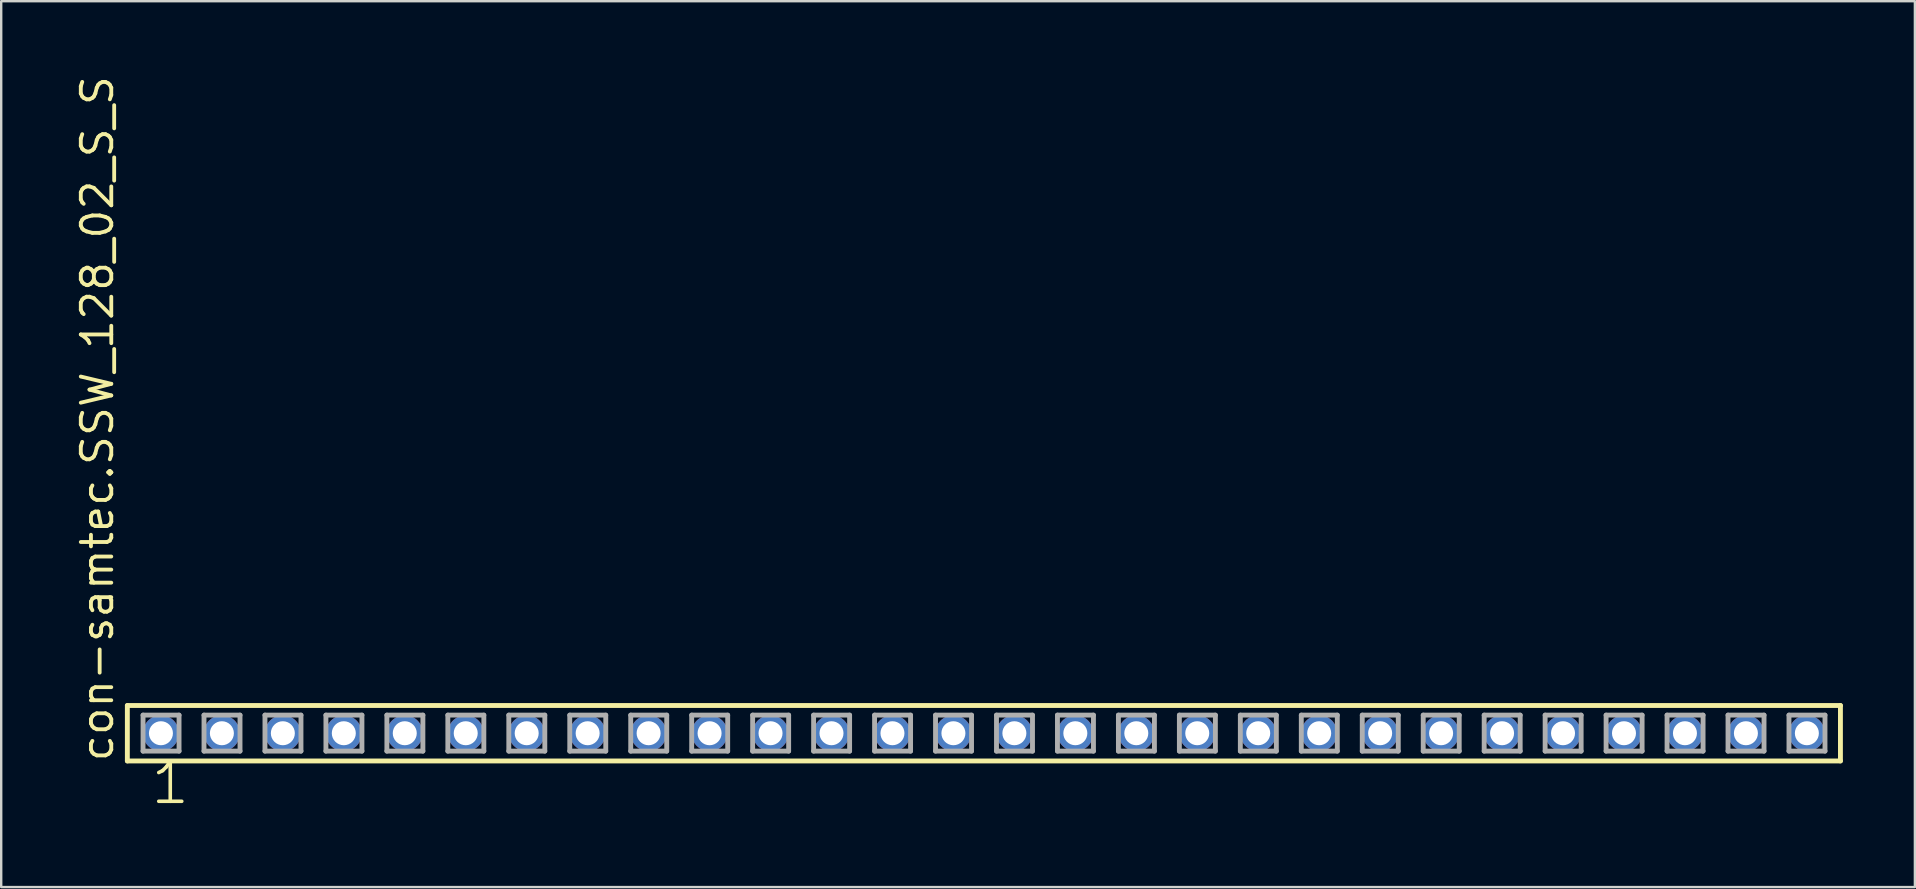
<source format=kicad_pcb>
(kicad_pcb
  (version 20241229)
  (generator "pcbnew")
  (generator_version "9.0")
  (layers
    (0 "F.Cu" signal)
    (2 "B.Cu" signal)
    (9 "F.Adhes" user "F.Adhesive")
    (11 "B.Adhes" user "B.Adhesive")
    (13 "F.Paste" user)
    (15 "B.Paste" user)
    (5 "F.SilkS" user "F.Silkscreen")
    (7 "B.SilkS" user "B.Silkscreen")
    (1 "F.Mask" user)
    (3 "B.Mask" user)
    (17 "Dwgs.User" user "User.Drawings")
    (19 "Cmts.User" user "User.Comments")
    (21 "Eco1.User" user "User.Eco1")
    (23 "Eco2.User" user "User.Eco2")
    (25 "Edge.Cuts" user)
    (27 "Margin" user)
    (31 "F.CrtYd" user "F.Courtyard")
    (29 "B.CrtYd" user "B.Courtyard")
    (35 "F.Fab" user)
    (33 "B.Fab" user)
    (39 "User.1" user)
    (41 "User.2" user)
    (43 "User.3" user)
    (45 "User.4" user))
  (footprint "con-samtec.SSW_128_02_S_S"
    (layer "F.Cu")
    (at 37.945 27.501)
    (property "Reference" "con-samtec.SSW_128_02_S_S" (at -36.195 1.27 90) (layer "F.SilkS") (effects (font (size 1.27 1.27) (thickness 0.16)) (justify left bottom)))
    (attr through_hole)
    (fp_line (start -35.689 -1.155) (end 35.689 -1.155) (stroke (width 0.203) (type default)) (layer "F.SilkS"))
    (fp_line (start -35.689 1.155) (end -35.689 -1.155) (stroke (width 0.203) (type default)) (layer "F.SilkS"))
    (fp_line (start 35.689 -1.155) (end 35.689 1.155) (stroke (width 0.203) (type default)) (layer "F.SilkS"))
    (fp_line (start 35.689 1.155) (end -35.689 1.155) (stroke (width 0.203) (type default)) (layer "F.SilkS"))
    (fp_line (start -35.035 -0.755) (end -33.535 -0.755) (stroke (width 0.203) (type default)) (layer "F.Fab"))
    (fp_line (start -35.035 0.745) (end -35.035 -0.755) (stroke (width 0.203) (type default)) (layer "F.Fab"))
    (fp_line (start -33.535 -0.755) (end -33.535 0.745) (stroke (width 0.203) (type default)) (layer "F.Fab"))
    (fp_line (start -33.535 0.745) (end -35.035 0.745) (stroke (width 0.203) (type default)) (layer "F.Fab"))
    (fp_line (start -32.495 -0.755) (end -30.995 -0.755) (stroke (width 0.203) (type default)) (layer "F.Fab"))
    (fp_line (start -32.495 0.745) (end -32.495 -0.755) (stroke (width 0.203) (type default)) (layer "F.Fab"))
    (fp_line (start -30.995 -0.755) (end -30.995 0.745) (stroke (width 0.203) (type default)) (layer "F.Fab"))
    (fp_line (start -30.995 0.745) (end -32.495 0.745) (stroke (width 0.203) (type default)) (layer "F.Fab"))
    (fp_line (start -29.955 -0.755) (end -28.455 -0.755) (stroke (width 0.203) (type default)) (layer "F.Fab"))
    (fp_line (start -29.955 0.745) (end -29.955 -0.755) (stroke (width 0.203) (type default)) (layer "F.Fab"))
    (fp_line (start -28.455 -0.755) (end -28.455 0.745) (stroke (width 0.203) (type default)) (layer "F.Fab"))
    (fp_line (start -28.455 0.745) (end -29.955 0.745) (stroke (width 0.203) (type default)) (layer "F.Fab"))
    (fp_line (start -27.415 -0.755) (end -25.915 -0.755) (stroke (width 0.203) (type default)) (layer "F.Fab"))
    (fp_line (start -27.415 0.745) (end -27.415 -0.755) (stroke (width 0.203) (type default)) (layer "F.Fab"))
    (fp_line (start -25.915 -0.755) (end -25.915 0.745) (stroke (width 0.203) (type default)) (layer "F.Fab"))
    (fp_line (start -25.915 0.745) (end -27.415 0.745) (stroke (width 0.203) (type default)) (layer "F.Fab"))
    (fp_line (start -24.875 -0.755) (end -23.375 -0.755) (stroke (width 0.203) (type default)) (layer "F.Fab"))
    (fp_line (start -24.875 0.745) (end -24.875 -0.755) (stroke (width 0.203) (type default)) (layer "F.Fab"))
    (fp_line (start -23.375 -0.755) (end -23.375 0.745) (stroke (width 0.203) (type default)) (layer "F.Fab"))
    (fp_line (start -23.375 0.745) (end -24.875 0.745) (stroke (width 0.203) (type default)) (layer "F.Fab"))
    (fp_line (start -22.335 -0.755) (end -20.835 -0.755) (stroke (width 0.203) (type default)) (layer "F.Fab"))
    (fp_line (start -22.335 0.745) (end -22.335 -0.755) (stroke (width 0.203) (type default)) (layer "F.Fab"))
    (fp_line (start -20.835 -0.755) (end -20.835 0.745) (stroke (width 0.203) (type default)) (layer "F.Fab"))
    (fp_line (start -20.835 0.745) (end -22.335 0.745) (stroke (width 0.203) (type default)) (layer "F.Fab"))
    (fp_line (start -19.795 -0.755) (end -18.295 -0.755) (stroke (width 0.203) (type default)) (layer "F.Fab"))
    (fp_line (start -19.795 0.745) (end -19.795 -0.755) (stroke (width 0.203) (type default)) (layer "F.Fab"))
    (fp_line (start -18.295 -0.755) (end -18.295 0.745) (stroke (width 0.203) (type default)) (layer "F.Fab"))
    (fp_line (start -18.295 0.745) (end -19.795 0.745) (stroke (width 0.203) (type default)) (layer "F.Fab"))
    (fp_line (start -17.255 -0.755) (end -15.755 -0.755) (stroke (width 0.203) (type default)) (layer "F.Fab"))
    (fp_line (start -17.255 0.745) (end -17.255 -0.755) (stroke (width 0.203) (type default)) (layer "F.Fab"))
    (fp_line (start -15.755 -0.755) (end -15.755 0.745) (stroke (width 0.203) (type default)) (layer "F.Fab"))
    (fp_line (start -15.755 0.745) (end -17.255 0.745) (stroke (width 0.203) (type default)) (layer "F.Fab"))
    (fp_line (start -14.715 -0.755) (end -13.215 -0.755) (stroke (width 0.203) (type default)) (layer "F.Fab"))
    (fp_line (start -14.715 0.745) (end -14.715 -0.755) (stroke (width 0.203) (type default)) (layer "F.Fab"))
    (fp_line (start -13.215 -0.755) (end -13.215 0.745) (stroke (width 0.203) (type default)) (layer "F.Fab"))
    (fp_line (start -13.215 0.745) (end -14.715 0.745) (stroke (width 0.203) (type default)) (layer "F.Fab"))
    (fp_line (start -12.175 -0.755) (end -10.675 -0.755) (stroke (width 0.203) (type default)) (layer "F.Fab"))
    (fp_line (start -12.175 0.745) (end -12.175 -0.755) (stroke (width 0.203) (type default)) (layer "F.Fab"))
    (fp_line (start -10.675 -0.755) (end -10.675 0.745) (stroke (width 0.203) (type default)) (layer "F.Fab"))
    (fp_line (start -10.675 0.745) (end -12.175 0.745) (stroke (width 0.203) (type default)) (layer "F.Fab"))
    (fp_line (start -9.635 -0.755) (end -8.135 -0.755) (stroke (width 0.203) (type default)) (layer "F.Fab"))
    (fp_line (start -9.635 0.745) (end -9.635 -0.755) (stroke (width 0.203) (type default)) (layer "F.Fab"))
    (fp_line (start -8.135 -0.755) (end -8.135 0.745) (stroke (width 0.203) (type default)) (layer "F.Fab"))
    (fp_line (start -8.135 0.745) (end -9.635 0.745) (stroke (width 0.203) (type default)) (layer "F.Fab"))
    (fp_line (start -7.095 -0.755) (end -5.595 -0.755) (stroke (width 0.203) (type default)) (layer "F.Fab"))
    (fp_line (start -7.095 0.745) (end -7.095 -0.755) (stroke (width 0.203) (type default)) (layer "F.Fab"))
    (fp_line (start -5.595 -0.755) (end -5.595 0.745) (stroke (width 0.203) (type default)) (layer "F.Fab"))
    (fp_line (start -5.595 0.745) (end -7.095 0.745) (stroke (width 0.203) (type default)) (layer "F.Fab"))
    (fp_line (start -4.555 -0.755) (end -3.055 -0.755) (stroke (width 0.203) (type default)) (layer "F.Fab"))
    (fp_line (start -4.555 0.745) (end -4.555 -0.755) (stroke (width 0.203) (type default)) (layer "F.Fab"))
    (fp_line (start -3.055 -0.755) (end -3.055 0.745) (stroke (width 0.203) (type default)) (layer "F.Fab"))
    (fp_line (start -3.055 0.745) (end -4.555 0.745) (stroke (width 0.203) (type default)) (layer "F.Fab"))
    (fp_line (start -2.015 -0.755) (end -0.515 -0.755) (stroke (width 0.203) (type default)) (layer "F.Fab"))
    (fp_line (start -2.015 0.745) (end -2.015 -0.755) (stroke (width 0.203) (type default)) (layer "F.Fab"))
    (fp_line (start -0.515 -0.755) (end -0.515 0.745) (stroke (width 0.203) (type default)) (layer "F.Fab"))
    (fp_line (start -0.515 0.745) (end -2.015 0.745) (stroke (width 0.203) (type default)) (layer "F.Fab"))
    (fp_line (start 0.525 -0.755) (end 2.025 -0.755) (stroke (width 0.203) (type default)) (layer "F.Fab"))
    (fp_line (start 0.525 0.745) (end 0.525 -0.755) (stroke (width 0.203) (type default)) (layer "F.Fab"))
    (fp_line (start 2.025 -0.755) (end 2.025 0.745) (stroke (width 0.203) (type default)) (layer "F.Fab"))
    (fp_line (start 2.025 0.745) (end 0.525 0.745) (stroke (width 0.203) (type default)) (layer "F.Fab"))
    (fp_line (start 3.065 -0.755) (end 4.565 -0.755) (stroke (width 0.203) (type default)) (layer "F.Fab"))
    (fp_line (start 3.065 0.745) (end 3.065 -0.755) (stroke (width 0.203) (type default)) (layer "F.Fab"))
    (fp_line (start 4.565 -0.755) (end 4.565 0.745) (stroke (width 0.203) (type default)) (layer "F.Fab"))
    (fp_line (start 4.565 0.745) (end 3.065 0.745) (stroke (width 0.203) (type default)) (layer "F.Fab"))
    (fp_line (start 5.605 -0.755) (end 7.105 -0.755) (stroke (width 0.203) (type default)) (layer "F.Fab"))
    (fp_line (start 5.605 0.745) (end 5.605 -0.755) (stroke (width 0.203) (type default)) (layer "F.Fab"))
    (fp_line (start 7.105 -0.755) (end 7.105 0.745) (stroke (width 0.203) (type default)) (layer "F.Fab"))
    (fp_line (start 7.105 0.745) (end 5.605 0.745) (stroke (width 0.203) (type default)) (layer "F.Fab"))
    (fp_line (start 8.145 -0.755) (end 9.645 -0.755) (stroke (width 0.203) (type default)) (layer "F.Fab"))
    (fp_line (start 8.145 0.745) (end 8.145 -0.755) (stroke (width 0.203) (type default)) (layer "F.Fab"))
    (fp_line (start 9.645 -0.755) (end 9.645 0.745) (stroke (width 0.203) (type default)) (layer "F.Fab"))
    (fp_line (start 9.645 0.745) (end 8.145 0.745) (stroke (width 0.203) (type default)) (layer "F.Fab"))
    (fp_line (start 10.685 -0.755) (end 12.185 -0.755) (stroke (width 0.203) (type default)) (layer "F.Fab"))
    (fp_line (start 10.685 0.745) (end 10.685 -0.755) (stroke (width 0.203) (type default)) (layer "F.Fab"))
    (fp_line (start 12.185 -0.755) (end 12.185 0.745) (stroke (width 0.203) (type default)) (layer "F.Fab"))
    (fp_line (start 12.185 0.745) (end 10.685 0.745) (stroke (width 0.203) (type default)) (layer "F.Fab"))
    (fp_line (start 13.225 -0.755) (end 14.725 -0.755) (stroke (width 0.203) (type default)) (layer "F.Fab"))
    (fp_line (start 13.225 0.745) (end 13.225 -0.755) (stroke (width 0.203) (type default)) (layer "F.Fab"))
    (fp_line (start 14.725 -0.755) (end 14.725 0.745) (stroke (width 0.203) (type default)) (layer "F.Fab"))
    (fp_line (start 14.725 0.745) (end 13.225 0.745) (stroke (width 0.203) (type default)) (layer "F.Fab"))
    (fp_line (start 15.765 -0.755) (end 17.265 -0.755) (stroke (width 0.203) (type default)) (layer "F.Fab"))
    (fp_line (start 15.765 0.745) (end 15.765 -0.755) (stroke (width 0.203) (type default)) (layer "F.Fab"))
    (fp_line (start 17.265 -0.755) (end 17.265 0.745) (stroke (width 0.203) (type default)) (layer "F.Fab"))
    (fp_line (start 17.265 0.745) (end 15.765 0.745) (stroke (width 0.203) (type default)) (layer "F.Fab"))
    (fp_line (start 18.305 -0.755) (end 19.805 -0.755) (stroke (width 0.203) (type default)) (layer "F.Fab"))
    (fp_line (start 18.305 0.745) (end 18.305 -0.755) (stroke (width 0.203) (type default)) (layer "F.Fab"))
    (fp_line (start 19.805 -0.755) (end 19.805 0.745) (stroke (width 0.203) (type default)) (layer "F.Fab"))
    (fp_line (start 19.805 0.745) (end 18.305 0.745) (stroke (width 0.203) (type default)) (layer "F.Fab"))
    (fp_line (start 20.845 -0.755) (end 22.345 -0.755) (stroke (width 0.203) (type default)) (layer "F.Fab"))
    (fp_line (start 20.845 0.745) (end 20.845 -0.755) (stroke (width 0.203) (type default)) (layer "F.Fab"))
    (fp_line (start 22.345 -0.755) (end 22.345 0.745) (stroke (width 0.203) (type default)) (layer "F.Fab"))
    (fp_line (start 22.345 0.745) (end 20.845 0.745) (stroke (width 0.203) (type default)) (layer "F.Fab"))
    (fp_line (start 23.385 -0.755) (end 24.885 -0.755) (stroke (width 0.203) (type default)) (layer "F.Fab"))
    (fp_line (start 23.385 0.745) (end 23.385 -0.755) (stroke (width 0.203) (type default)) (layer "F.Fab"))
    (fp_line (start 24.885 -0.755) (end 24.885 0.745) (stroke (width 0.203) (type default)) (layer "F.Fab"))
    (fp_line (start 24.885 0.745) (end 23.385 0.745) (stroke (width 0.203) (type default)) (layer "F.Fab"))
    (fp_line (start 25.925 -0.755) (end 27.425 -0.755) (stroke (width 0.203) (type default)) (layer "F.Fab"))
    (fp_line (start 25.925 0.745) (end 25.925 -0.755) (stroke (width 0.203) (type default)) (layer "F.Fab"))
    (fp_line (start 27.425 -0.755) (end 27.425 0.745) (stroke (width 0.203) (type default)) (layer "F.Fab"))
    (fp_line (start 27.425 0.745) (end 25.925 0.745) (stroke (width 0.203) (type default)) (layer "F.Fab"))
    (fp_line (start 28.465 -0.755) (end 29.965 -0.755) (stroke (width 0.203) (type default)) (layer "F.Fab"))
    (fp_line (start 28.465 0.745) (end 28.465 -0.755) (stroke (width 0.203) (type default)) (layer "F.Fab"))
    (fp_line (start 29.965 -0.755) (end 29.965 0.745) (stroke (width 0.203) (type default)) (layer "F.Fab"))
    (fp_line (start 29.965 0.745) (end 28.465 0.745) (stroke (width 0.203) (type default)) (layer "F.Fab"))
    (fp_line (start 31.005 -0.755) (end 32.505 -0.755) (stroke (width 0.203) (type default)) (layer "F.Fab"))
    (fp_line (start 31.005 0.745) (end 31.005 -0.755) (stroke (width 0.203) (type default)) (layer "F.Fab"))
    (fp_line (start 32.505 -0.755) (end 32.505 0.745) (stroke (width 0.203) (type default)) (layer "F.Fab"))
    (fp_line (start 32.505 0.745) (end 31.005 0.745) (stroke (width 0.203) (type default)) (layer "F.Fab"))
    (fp_line (start 33.545 -0.755) (end 35.045 -0.755) (stroke (width 0.203) (type default)) (layer "F.Fab"))
    (fp_line (start 33.545 0.745) (end 33.545 -0.755) (stroke (width 0.203) (type default)) (layer "F.Fab"))
    (fp_line (start 35.045 -0.755) (end 35.045 0.745) (stroke (width 0.203) (type default)) (layer "F.Fab"))
    (fp_line (start 35.045 0.745) (end 33.545 0.745) (stroke (width 0.203) (type default)) (layer "F.Fab"))
    (fp_text user "1" (at -34.798 3.048 0) (layer "F.SilkS") (effects (font (size 1.676 1.676) (thickness 0.15)) (justify left bottom)))
    (pad "1" thru_hole circle (at -34.29 0) (size 1.5 1.5) (drill 1) (layers "*.Cu" "*.Mask"))
    (pad "2" thru_hole circle (at -31.75 0) (size 1.5 1.5) (drill 1) (layers "*.Cu" "*.Mask"))
    (pad "3" thru_hole circle (at -29.21 0) (size 1.5 1.5) (drill 1) (layers "*.Cu" "*.Mask"))
    (pad "4" thru_hole circle (at -26.67 0) (size 1.5 1.5) (drill 1) (layers "*.Cu" "*.Mask"))
    (pad "5" thru_hole circle (at -24.13 0) (size 1.5 1.5) (drill 1) (layers "*.Cu" "*.Mask"))
    (pad "6" thru_hole circle (at -21.59 0) (size 1.5 1.5) (drill 1) (layers "*.Cu" "*.Mask"))
    (pad "7" thru_hole circle (at -19.05 0) (size 1.5 1.5) (drill 1) (layers "*.Cu" "*.Mask"))
    (pad "8" thru_hole circle (at -16.51 0) (size 1.5 1.5) (drill 1) (layers "*.Cu" "*.Mask"))
    (pad "9" thru_hole circle (at -13.97 0) (size 1.5 1.5) (drill 1) (layers "*.Cu" "*.Mask"))
    (pad "10" thru_hole circle (at -11.43 0) (size 1.5 1.5) (drill 1) (layers "*.Cu" "*.Mask"))
    (pad "11" thru_hole circle (at -8.89 0) (size 1.5 1.5) (drill 1) (layers "*.Cu" "*.Mask"))
    (pad "12" thru_hole circle (at -6.35 0) (size 1.5 1.5) (drill 1) (layers "*.Cu" "*.Mask"))
    (pad "13" thru_hole circle (at -3.81 0) (size 1.5 1.5) (drill 1) (layers "*.Cu" "*.Mask"))
    (pad "14" thru_hole circle (at -1.27 0) (size 1.5 1.5) (drill 1) (layers "*.Cu" "*.Mask"))
    (pad "15" thru_hole circle (at 1.27 0) (size 1.5 1.5) (drill 1) (layers "*.Cu" "*.Mask"))
    (pad "16" thru_hole circle (at 3.81 0) (size 1.5 1.5) (drill 1) (layers "*.Cu" "*.Mask"))
    (pad "17" thru_hole circle (at 6.35 0) (size 1.5 1.5) (drill 1) (layers "*.Cu" "*.Mask"))
    (pad "18" thru_hole circle (at 8.89 0) (size 1.5 1.5) (drill 1) (layers "*.Cu" "*.Mask"))
    (pad "19" thru_hole circle (at 11.43 0) (size 1.5 1.5) (drill 1) (layers "*.Cu" "*.Mask"))
    (pad "20" thru_hole circle (at 13.97 0) (size 1.5 1.5) (drill 1) (layers "*.Cu" "*.Mask"))
    (pad "21" thru_hole circle (at 16.51 0) (size 1.5 1.5) (drill 1) (layers "*.Cu" "*.Mask"))
    (pad "22" thru_hole circle (at 19.05 0) (size 1.5 1.5) (drill 1) (layers "*.Cu" "*.Mask"))
    (pad "23" thru_hole circle (at 21.59 0) (size 1.5 1.5) (drill 1) (layers "*.Cu" "*.Mask"))
    (pad "24" thru_hole circle (at 24.13 0) (size 1.5 1.5) (drill 1) (layers "*.Cu" "*.Mask"))
    (pad "25" thru_hole circle (at 26.67 0) (size 1.5 1.5) (drill 1) (layers "*.Cu" "*.Mask"))
    (pad "26" thru_hole circle (at 29.21 0) (size 1.5 1.5) (drill 1) (layers "*.Cu" "*.Mask"))
    (pad "27" thru_hole circle (at 31.75 0) (size 1.5 1.5) (drill 1) (layers "*.Cu" "*.Mask"))
    (pad "28" thru_hole circle (at 34.29 0) (size 1.5 1.5) (drill 1) (layers "*.Cu" "*.Mask")))
  (gr_rect
    (start -3 -3)
    (end 76.736 33.91)
    (stroke (width 0.1) (type default))
    (fill no)
    (layer "Edge.Cuts")))
</source>
